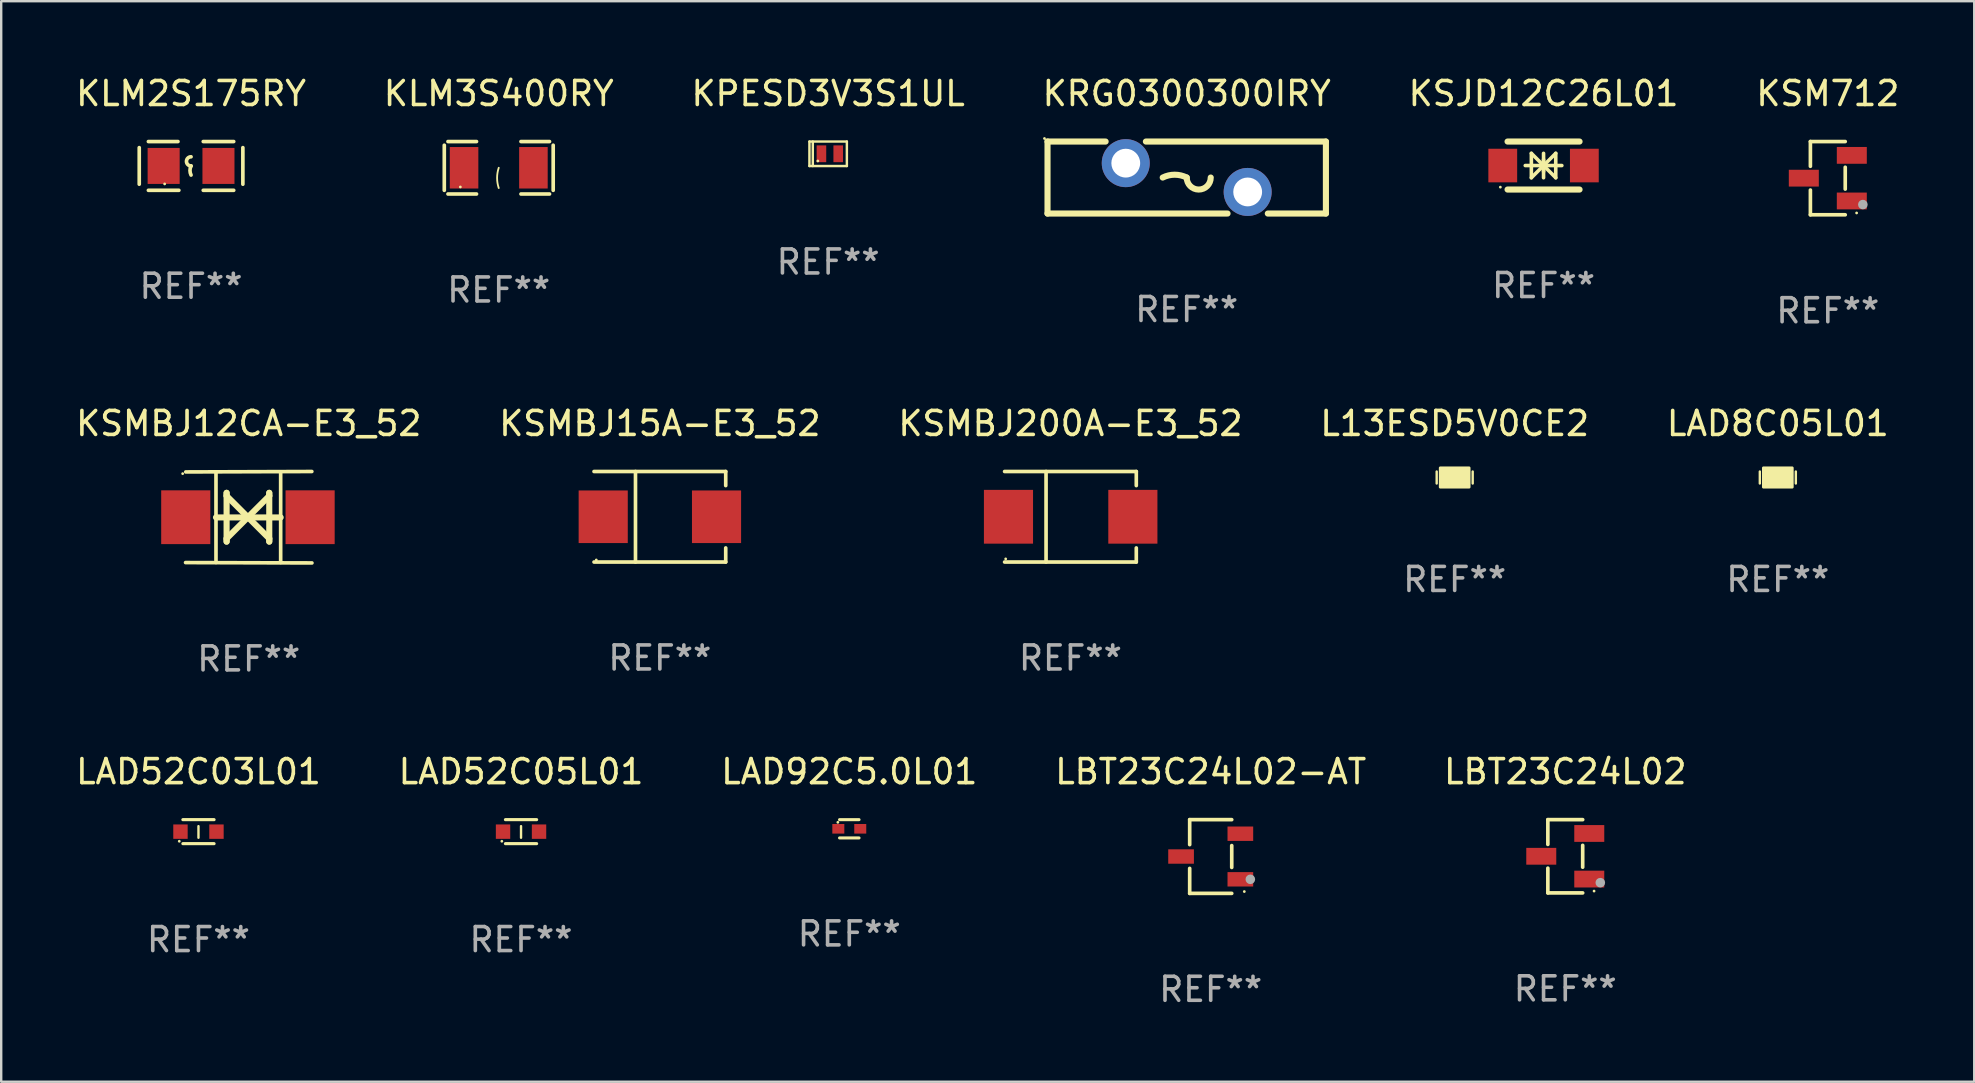
<source format=kicad_pcb>
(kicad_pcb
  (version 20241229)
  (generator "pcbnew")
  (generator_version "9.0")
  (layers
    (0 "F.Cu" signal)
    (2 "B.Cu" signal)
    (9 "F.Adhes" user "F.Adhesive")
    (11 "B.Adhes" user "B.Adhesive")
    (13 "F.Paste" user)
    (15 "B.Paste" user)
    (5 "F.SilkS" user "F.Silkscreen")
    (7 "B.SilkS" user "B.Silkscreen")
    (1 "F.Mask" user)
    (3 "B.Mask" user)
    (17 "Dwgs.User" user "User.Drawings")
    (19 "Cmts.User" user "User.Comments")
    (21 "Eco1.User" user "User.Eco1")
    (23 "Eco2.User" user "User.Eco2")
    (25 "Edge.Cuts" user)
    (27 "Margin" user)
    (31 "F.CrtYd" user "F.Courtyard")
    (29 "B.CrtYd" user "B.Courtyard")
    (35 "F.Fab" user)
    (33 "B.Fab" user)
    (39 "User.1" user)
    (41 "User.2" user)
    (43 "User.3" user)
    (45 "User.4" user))
  (footprint "L13ESD5V0CE2"
    (layer "F.Cu")
    (at 57.565 16.847)
    (property "Reference" "L13ESD5V0CE2" (at 0 -2.25 0) (layer "F.SilkS") (effects (font (size 1 1) (thickness 0.15))))
    (attr through_hole)
    (fp_line (start -0.75 0.25) (end -0.75 -0.25) (stroke (width 0.1) (type solid)) (layer "F.SilkS"))
    (fp_line (start 0.75 -0.25) (end 0.75 0.25) (stroke (width 0.1) (type solid)) (layer "F.SilkS"))
    (fp_circle (center -0.5 0.3) (end -0.47 0.3) (stroke (width 0.06) (type solid)) (fill no) (layer "F.SilkS"))
    (fp_poly (pts (xy -0.6 -0.4) (xy 0.6 -0.4) (xy 0.6 0.4) (xy -0.6 0.4)) (stroke (width 0.12) (type solid)) (fill yes) (layer "F.SilkS"))
    (fp_text user "REF**" (at 0 4.25 0) (layer "F.Fab") (effects (font (size 1 1) (thickness 0.15))))
    (pad "1" smd rect (at -0.325 -0.000013) (size 0.3 0.6) (layers "F.Cu" "F.Mask" "F.Paste"))
    (pad "2" smd rect (at 0.325 -0.000013) (size 0.3 0.6) (layers "F.Cu" "F.Mask" "F.Paste")))
  (footprint "KPESD3V3S1UL"
    (layer "F.Cu")
    (at 31.458 3.358)
    (property "Reference" "KPESD3V3S1UL" (at 0 -2.51 0) (layer "F.SilkS") (effects (font (size 1 1) (thickness 0.15))))
    (attr through_hole)
    (fp_line (start -0.78 -0.51) (end -0.78 0.51) (stroke (width 0.102) (type solid)) (layer "F.SilkS"))
    (fp_line (start -0.78 -0.51) (end 0.78 -0.51) (stroke (width 0.102) (type solid)) (layer "F.SilkS"))
    (fp_line (start -0.78 0.51) (end 0.78 0.51) (stroke (width 0.102) (type solid)) (layer "F.SilkS"))
    (fp_line (start -0.64 -0.51) (end -0.64 0.51) (stroke (width 0.102) (type solid)) (layer "F.SilkS"))
    (fp_line (start 0.78 -0.51) (end 0.78 0.51) (stroke (width 0.102) (type solid)) (layer "F.SilkS"))
    (fp_circle (center -0.43 0.3) (end -0.4 0.3) (stroke (width 0.06) (type solid)) (fill no) (layer "F.SilkS"))
    (fp_text user "REF**" (at 0 4.51 0) (layer "F.Fab") (effects (font (size 1 1) (thickness 0.15))))
    (pad "1" smd rect (at -0.28 0) (size 0.4 0.7) (layers "F.Cu" "F.Mask" "F.Paste"))
    (pad "2" smd rect (at 0.42 0) (size 0.4 0.7) (layers "F.Cu" "F.Mask" "F.Paste")))
  (footprint "KSMBJ12CA-E3_52"
    (layer "F.Cu")
    (at 7.315 18.502)
    (property "Reference" "KSMBJ12CA-E3_52" (at 0 -3.905 0) (layer "F.SilkS") (effects (font (size 1 1) (thickness 0.15))))
    (attr through_hole)
    (fp_line (start -1.365 1.886) (end -1.365 -1.886) (stroke (width 0.152) (type solid)) (layer "F.SilkS"))
    (fp_line (start -1.365 0.008) (end 1.33 0.008) (stroke (width 0.254) (type solid)) (layer "F.SilkS"))
    (fp_line (start -0.923 -1.016) (end -0.923 1.016) (stroke (width 0.254) (type solid)) (layer "F.SilkS"))
    (fp_line (start -0.923 -0.889) (end -0.923 -1.016) (stroke (width 0.254) (type solid)) (layer "F.SilkS"))
    (fp_line (start -0.923 0.889) (end -0.034 0) (stroke (width 0.254) (type solid)) (layer "F.SilkS"))
    (fp_line (start -0.923 1.016) (end -0.923 0.889) (stroke (width 0.254) (type solid)) (layer "F.SilkS"))
    (fp_line (start -0.034 0) (end -0.923 -0.889) (stroke (width 0.254) (type solid)) (layer "F.SilkS"))
    (fp_line (start -0.034 0) (end 0.855 0.889) (stroke (width 0.254) (type solid)) (layer "F.SilkS"))
    (fp_line (start 0.855 -1.016) (end 0.855 -0.889) (stroke (width 0.254) (type solid)) (layer "F.SilkS"))
    (fp_line (start 0.855 -0.889) (end -0.034 0) (stroke (width 0.254) (type solid)) (layer "F.SilkS"))
    (fp_line (start 0.855 0.889) (end 0.855 1.016) (stroke (width 0.254) (type solid)) (layer "F.SilkS"))
    (fp_line (start 0.855 1.016) (end 0.855 -1.016) (stroke (width 0.254) (type solid)) (layer "F.SilkS"))
    (fp_line (start 1.33 1.886) (end 1.33 -1.886) (stroke (width 0.152) (type solid)) (layer "F.SilkS"))
    (fp_line (start 2.629 -1.905) (end -2.625 -1.887) (stroke (width 0.152) (type solid)) (layer "F.SilkS"))
    (fp_line (start 2.633 1.905) (end -2.633 1.89) (stroke (width 0.152) (type solid)) (layer "F.SilkS"))
    (fp_circle (center -2.753 -1.816) (end -2.723 -1.816) (stroke (width 0.06) (type solid)) (fill no) (layer "F.SilkS"))
    (fp_text user "REF**" (at 0 5.905 0) (layer "F.Fab") (effects (font (size 1 1) (thickness 0.15))))
    (pad "1" smd rect (at -2.625 0) (size 2.047 2.241) (layers "F.Cu" "F.Mask" "F.Paste"))
    (pad "2" smd rect (at 2.557 0) (size 2.047 2.241) (layers "F.Cu" "F.Mask" "F.Paste")))
  (footprint "KRG0300300IRY"
    (layer "F.Cu")
    (at 46.399 4.348)
    (property "Reference" "KRG0300300IRY" (at 0 -3.5 0) (layer "F.SilkS") (effects (font (size 1 1) (thickness 0.15))))
    (attr through_hole)
    (fp_line (start -5.8 -1.5) (end -5.8 1.5) (stroke (width 0.254) (type solid)) (layer "F.SilkS"))
    (fp_line (start -5.8 -1.5) (end -3.379 -1.5) (stroke (width 0.254) (type solid)) (layer "F.SilkS"))
    (fp_line (start -1.701 -1.5) (end 5.8 -1.5) (stroke (width 0.254) (type solid)) (layer "F.SilkS"))
    (fp_line (start 1.701 1.5) (end -5.8 1.5) (stroke (width 0.254) (type solid)) (layer "F.SilkS"))
    (fp_line (start 5.8 -1.5) (end 5.8 1.5) (stroke (width 0.254) (type solid)) (layer "F.SilkS"))
    (fp_line (start 5.8 1.5) (end 3.379 1.5) (stroke (width 0.254) (type solid)) (layer "F.SilkS"))
    (fp_arc (start -1 0) (mid -0.5 -0.118021) (end 0 0) (stroke (width 0.254001) (type solid)) (layer "F.SilkS"))
    (fp_arc (start 1.000762 0) (mid 0.500381 0.500127) (end 0 0) (stroke (width 0.254001) (type solid)) (layer "F.SilkS"))
    (fp_circle (center -5.927 -1.627) (end -5.897 -1.627) (stroke (width 0.06) (type solid)) (fill no) (layer "F.SilkS"))
    (fp_text user "REF**" (at 0 5.5 0) (layer "F.Fab") (effects (font (size 1 1) (thickness 0.15))))
    (pad "1" thru_hole circle (at -2.54 -0.6) (size 2 2) (drill 1.2) (layers "*.Cu" "*.Mask"))
    (pad "2" thru_hole circle (at 2.54 0.6) (size 2 2) (drill 1.2) (layers "*.Cu" "*.Mask")))
  (footprint "KLM2S175RY"
    (layer "F.Cu")
    (at 4.911 3.864)
    (property "Reference" "KLM2S175RY" (at 0 -3.016 0) (layer "F.SilkS") (effects (font (size 1 1) (thickness 0.15))))
    (attr through_hole)
    (fp_line (start -2.159 -0.762) (end -2.159 0.762) (stroke (width 0.152) (type solid)) (layer "F.SilkS"))
    (fp_line (start -1.778 -1.016) (end -0.545 -1.016) (stroke (width 0.152) (type solid)) (layer "F.SilkS"))
    (fp_line (start -0.508 1.016) (end -1.778 1.016) (stroke (width 0.152) (type solid)) (layer "F.SilkS"))
    (fp_line (start 0.508 1.016) (end 1.778 1.016) (stroke (width 0.152) (type solid)) (layer "F.SilkS"))
    (fp_line (start 1.778 -1.016) (end 0.508 -1.016) (stroke (width 0.152) (type solid)) (layer "F.SilkS"))
    (fp_line (start 2.159 -0.762) (end 2.159 0.762) (stroke (width 0.152) (type solid)) (layer "F.SilkS"))
    (fp_arc (start 0 0) (mid -0.1905 -0.1905) (end 0 -0.381) (stroke (width 0.151994) (type solid)) (layer "F.SilkS"))
    (fp_arc (start 0 0.381001) (mid -0.044971 0.1905) (end 0 0) (stroke (width 0.151994) (type solid)) (layer "F.SilkS"))
    (fp_circle (center -1.1 0.75) (end -1.07 0.75) (stroke (width 0.06) (type solid)) (fill no) (layer "F.SilkS"))
    (fp_text user "REF**" (at 0 5.016 0) (layer "F.Fab") (effects (font (size 1 1) (thickness 0.15))))
    (pad "1" smd rect (at -1.142 0) (size 1.335 1.5) (layers "F.Cu" "F.Mask" "F.Paste"))
    (pad "2" smd rect (at 1.142 0) (size 1.335 1.5) (layers "F.Cu" "F.Mask" "F.Paste")))
  (footprint "LAD92C5.0L01"
    (layer "F.Cu")
    (at 32.339 31.485)
    (property "Reference" "LAD92C5.0L01" (at 0 -2.381 0) (layer "F.SilkS") (effects (font (size 1 1) (thickness 0.15))))
    (attr through_hole)
    (fp_line (start -0.406 -0.381) (end 0.406 -0.381) (stroke (width 0.127) (type solid)) (layer "F.SilkS"))
    (fp_line (start 0.406 0.381) (end -0.406 0.381) (stroke (width 0.127) (type solid)) (layer "F.SilkS"))
    (fp_circle (center -0.477 -0.27) (end -0.447 -0.27) (stroke (width 0.06) (type solid)) (fill no) (layer "F.SilkS"))
    (fp_text user "REF**" (at 0 4.381 0) (layer "F.Fab") (effects (font (size 1 1) (thickness 0.15))))
    (pad "1" smd rect (at -0.457 0 90) (size 0.4 0.5) (layers "F.Cu" "F.Mask" "F.Paste"))
    (pad "2" smd rect (at 0.457 0 90) (size 0.4 0.5) (layers "F.Cu" "F.Mask" "F.Paste")))
  (footprint "LAD52C05L01"
    (layer "F.Cu")
    (at 18.661 31.604)
    (property "Reference" "LAD52C05L01" (at 0 -2.5 0) (layer "F.SilkS") (effects (font (size 1 1) (thickness 0.15))))
    (attr through_hole)
    (fp_line (start -0.65 -0.5) (end 0.65 -0.5) (stroke (width 0.13) (type solid)) (layer "F.SilkS"))
    (fp_line (start -0.65 0.5) (end 0.65 0.5) (stroke (width 0.13) (type solid)) (layer "F.SilkS"))
    (fp_line (start 0 -0.229) (end 0 0.254) (stroke (width 0.1) (type solid)) (layer "F.SilkS"))
    (fp_circle (center -0.8 0.4) (end -0.77 0.4) (stroke (width 0.06) (type solid)) (fill no) (layer "F.SilkS"))
    (fp_text user "REF**" (at 0 4.5 0) (layer "F.Fab") (effects (font (size 1 1) (thickness 0.15))))
    (pad "1" smd rect (at -0.75 0) (size 0.6 0.6) (layers "F.Cu" "F.Mask" "F.Paste"))
    (pad "2" smd rect (at 0.75 0 180) (size 0.6 0.6) (layers "F.Cu" "F.Mask" "F.Paste")))
  (footprint "LAD52C03L01"
    (layer "F.Cu")
    (at 5.22 31.604)
    (property "Reference" "LAD52C03L01" (at 0 -2.5 0) (layer "F.SilkS") (effects (font (size 1 1) (thickness 0.15))))
    (attr through_hole)
    (fp_line (start -0.65 -0.5) (end 0.65 -0.5) (stroke (width 0.13) (type solid)) (layer "F.SilkS"))
    (fp_line (start -0.65 0.5) (end 0.65 0.5) (stroke (width 0.13) (type solid)) (layer "F.SilkS"))
    (fp_line (start 0 -0.229) (end 0 0.254) (stroke (width 0.1) (type solid)) (layer "F.SilkS"))
    (fp_circle (center -0.8 0.4) (end -0.77 0.4) (stroke (width 0.06) (type solid)) (fill no) (layer "F.SilkS"))
    (fp_text user "REF**" (at 0 4.5 0) (layer "F.Fab") (effects (font (size 1 1) (thickness 0.15))))
    (pad "1" smd rect (at -0.75 0) (size 0.6 0.6) (layers "F.Cu" "F.Mask" "F.Paste"))
    (pad "2" smd rect (at 0.75 0 180) (size 0.6 0.6) (layers "F.Cu" "F.Mask" "F.Paste")))
  (footprint "KSJD12C26L01"
    (layer "F.Cu")
    (at 61.268 3.848)
    (property "Reference" "KSJD12C26L01" (at 0 -3 0) (layer "F.SilkS") (effects (font (size 1 1) (thickness 0.15))))
    (attr through_hole)
    (fp_line (start -1.5 -1) (end 1.5 -1) (stroke (width 0.254) (type solid)) (layer "F.SilkS"))
    (fp_line (start -1.5 1) (end 1.5 1) (stroke (width 0.254) (type solid)) (layer "F.SilkS"))
    (fp_line (start -0.762 0) (end 0.762 0) (stroke (width 0.15) (type solid)) (layer "F.SilkS"))
    (fp_line (start -0.508 -0.508) (end -0.508 0.508) (stroke (width 0.15) (type solid)) (layer "F.SilkS"))
    (fp_line (start 0 -0.508) (end 0 0.508) (stroke (width 0.15) (type solid)) (layer "F.SilkS"))
    (fp_line (start 0 0) (end -0.508 -0.508) (stroke (width 0.15) (type solid)) (layer "F.SilkS"))
    (fp_line (start 0 0) (end -0.508 0.508) (stroke (width 0.15) (type solid)) (layer "F.SilkS"))
    (fp_line (start 0 0) (end 0.508 -0.508) (stroke (width 0.15) (type solid)) (layer "F.SilkS"))
    (fp_line (start 0 0) (end 0.508 0.508) (stroke (width 0.15) (type solid)) (layer "F.SilkS"))
    (fp_line (start 0 0.254) (end 0 -0.254) (stroke (width 0.15) (type solid)) (layer "F.SilkS"))
    (fp_line (start 0.508 0.508) (end 0.508 -0.508) (stroke (width 0.15) (type solid)) (layer "F.SilkS"))
    (fp_circle (center -1.8 0.9) (end -1.77 0.9) (stroke (width 0.06) (type solid)) (fill no) (layer "F.SilkS"))
    (fp_text user "REF**" (at 0 5 0) (layer "F.Fab") (effects (font (size 1 1) (thickness 0.15))))
    (pad "1" smd rect (at -1.7 0) (size 1.2 1.4) (layers "F.Cu" "F.Mask" "F.Paste"))
    (pad "2" smd rect (at 1.7 0) (size 1.2 1.4) (layers "F.Cu" "F.Mask" "F.Paste")))
  (footprint "KSM712"
    (layer "F.Cu")
    (at 73.113 4.374)
    (property "Reference" "KSM712" (at 0 -3.526 0) (layer "F.SilkS") (effects (font (size 1 1) (thickness 0.15))))
    (attr through_hole)
    (fp_line (start -0.726 -1.526) (end -0.726 -0.495) (stroke (width 0.152) (type solid)) (layer "F.SilkS"))
    (fp_line (start -0.726 1.526) (end -0.726 0.495) (stroke (width 0.152) (type solid)) (layer "F.SilkS"))
    (fp_line (start 0.726 -1.526) (end -0.726 -1.526) (stroke (width 0.152) (type solid)) (layer "F.SilkS"))
    (fp_line (start 0.726 -0.455) (end 0.726 0.455) (stroke (width 0.152) (type solid)) (layer "F.SilkS"))
    (fp_line (start 0.726 1.526) (end -0.726 1.526) (stroke (width 0.152) (type solid)) (layer "F.SilkS"))
    (fp_circle (center 1.2 1.45) (end 1.23 1.45) (stroke (width 0.06) (type solid)) (fill no) (layer "F.SilkS"))
    (fp_circle (center 1.46 1.1) (end 1.56 1.1) (stroke (width 0.2) (type solid)) (fill no) (layer "F.Fab"))
    (fp_text user "REF**" (at 0 5.526 0) (layer "F.Fab") (effects (font (size 1 1) (thickness 0.15))))
    (pad "1" smd rect (at 1 0.95) (size 1.25 0.7) (layers "F.Cu" "F.Mask" "F.Paste"))
    (pad "2" smd rect (at 1 -0.95) (size 1.25 0.7) (layers "F.Cu" "F.Mask" "F.Paste"))
    (pad "3" smd rect (at -1 0) (size 1.25 0.7) (layers "F.Cu" "F.Mask" "F.Paste")))
  (footprint "LAD8C05L01"
    (layer "F.Cu")
    (at 71.03 16.847)
    (property "Reference" "LAD8C05L01" (at 0 -2.25 0) (layer "F.SilkS") (effects (font (size 1 1) (thickness 0.15))))
    (attr through_hole)
    (fp_line (start -0.75 0.25) (end -0.75 -0.25) (stroke (width 0.1) (type solid)) (layer "F.SilkS"))
    (fp_line (start 0.75 -0.25) (end 0.75 0.25) (stroke (width 0.1) (type solid)) (layer "F.SilkS"))
    (fp_circle (center -0.5 0.3) (end -0.47 0.3) (stroke (width 0.06) (type solid)) (fill no) (layer "F.SilkS"))
    (fp_poly (pts (xy -0.6 -0.4) (xy 0.6 -0.4) (xy 0.6 0.4) (xy -0.6 0.4)) (stroke (width 0.12) (type solid)) (fill yes) (layer "F.SilkS"))
    (fp_text user "REF**" (at 0 4.25 0) (layer "F.Fab") (effects (font (size 1 1) (thickness 0.15))))
    (pad "1" smd rect (at -0.325 -0.000013) (size 0.3 0.6) (layers "F.Cu" "F.Mask" "F.Paste"))
    (pad "2" smd rect (at 0.325 -0.000013) (size 0.3 0.6) (layers "F.Cu" "F.Mask" "F.Paste")))
  (footprint "KSMBJ15A-E3_52"
    (layer "F.Cu")
    (at 24.446 18.483)
    (property "Reference" "KSMBJ15A-E3_52" (at 0 -3.886 0) (layer "F.SilkS") (effects (font (size 1 1) (thickness 0.15))))
    (attr through_hole)
    (fp_line (start -2.744 -1.886) (end 2.744 -1.886) (stroke (width 0.152) (type solid)) (layer "F.SilkS"))
    (fp_line (start -2.744 1.886) (end 2.744 1.886) (stroke (width 0.152) (type solid)) (layer "F.SilkS"))
    (fp_line (start -1.016 -1.886) (end -1.016 1.886) (stroke (width 0.152) (type solid)) (layer "F.SilkS"))
    (fp_line (start 2.744 -1.886) (end 2.744 -1.299) (stroke (width 0.152) (type solid)) (layer "F.SilkS"))
    (fp_line (start 2.744 1.886) (end 2.744 1.299) (stroke (width 0.152) (type solid)) (layer "F.SilkS"))
    (fp_circle (center -2.65 1.8) (end -2.62 1.8) (stroke (width 0.06) (type solid)) (fill no) (layer "F.SilkS"))
    (fp_text user "REF**" (at 0 5.886 0) (layer "F.Fab") (effects (font (size 1 1) (thickness 0.15))))
    (pad "1" smd rect (at -2.361 0) (size 2.047 2.192) (layers "F.Cu" "F.Mask" "F.Paste"))
    (pad "2" smd rect (at 2.361 0) (size 2.047 2.192) (layers "F.Cu" "F.Mask" "F.Paste")))
  (footprint "KLM3S400RY"
    (layer "F.Cu")
    (at 17.732 3.941)
    (property "Reference" "KLM3S400RY" (at 0 -3.093 0) (layer "F.SilkS") (effects (font (size 1 1) (thickness 0.15))))
    (attr through_hole)
    (fp_line (start -2.269 -0.94) (end -2.269 0.94) (stroke (width 0.152) (type solid)) (layer "F.SilkS"))
    (fp_line (start -2.116 1.093) (end -0.926 1.093) (stroke (width 0.152) (type solid)) (layer "F.SilkS"))
    (fp_line (start -0.926 -1.093) (end -2.116 -1.093) (stroke (width 0.152) (type solid)) (layer "F.SilkS"))
    (fp_line (start 0.926 -1.093) (end 2.116 -1.093) (stroke (width 0.152) (type solid)) (layer "F.SilkS"))
    (fp_line (start 2.116 1.093) (end 0.926 1.093) (stroke (width 0.152) (type solid)) (layer "F.SilkS"))
    (fp_line (start 2.269 -0.94) (end 2.269 0.94) (stroke (width 0.152) (type solid)) (layer "F.SilkS"))
    (fp_arc (start 0 0.844951) (mid -0.068559 0.422475) (end 0 0) (stroke (width 0.0762) (type solid)) (layer "F.SilkS"))
    (fp_circle (center -1.6 0.8) (end -1.57 0.8) (stroke (width 0.06) (type solid)) (fill no) (layer "F.SilkS"))
    (fp_text user "REF**" (at 0 5.093 0) (layer "F.Fab") (effects (font (size 1 1) (thickness 0.15))))
    (pad "1" smd rect (at -1.445 0) (size 1.19 1.728) (layers "F.Cu" "F.Mask" "F.Paste"))
    (pad "2" smd rect (at 1.445 0) (size 1.19 1.728) (layers "F.Cu" "F.Mask" "F.Paste")))
  (footprint "LBT23C24L02-AT"
    (layer "F.Cu")
    (at 47.399 32.64)
    (property "Reference" "LBT23C24L02-AT" (at 0 -3.536 0) (layer "F.SilkS") (effects (font (size 1 1) (thickness 0.15))))
    (attr through_hole)
    (fp_line (start -0.876 -1.536) (end -0.876 -0.495) (stroke (width 0.152) (type solid)) (layer "F.SilkS"))
    (fp_line (start -0.876 1.536) (end -0.876 0.495) (stroke (width 0.152) (type solid)) (layer "F.SilkS"))
    (fp_line (start 0.876 -1.536) (end -0.876 -1.536) (stroke (width 0.152) (type solid)) (layer "F.SilkS"))
    (fp_line (start 0.876 -0.455) (end 0.876 0.455) (stroke (width 0.152) (type solid)) (layer "F.SilkS"))
    (fp_line (start 0.876 1.536) (end -0.876 1.536) (stroke (width 0.152) (type solid)) (layer "F.SilkS"))
    (fp_circle (center 1.4 1.46) (end 1.43 1.46) (stroke (width 0.06) (type solid)) (fill no) (layer "F.SilkS"))
    (fp_circle (center 1.651 0.95) (end 1.751 0.95) (stroke (width 0.2) (type solid)) (fill no) (layer "F.Fab"))
    (fp_text user "REF**" (at 0 5.536 0) (layer "F.Fab") (effects (font (size 1 1) (thickness 0.15))))
    (pad "1" smd rect (at 1.235 0.95) (size 1.07 0.6) (layers "F.Cu" "F.Mask" "F.Paste"))
    (pad "2" smd rect (at 1.235 -0.95) (size 1.07 0.6) (layers "F.Cu" "F.Mask" "F.Paste"))
    (pad "3" smd rect (at -1.235 0) (size 1.07 0.6) (layers "F.Cu" "F.Mask" "F.Paste")))
  (footprint "KSMBJ200A-E3_52"
    (layer "F.Cu")
    (at 41.554 18.483)
    (property "Reference" "KSMBJ200A-E3_52" (at 0 -3.886 0) (layer "F.SilkS") (effects (font (size 1 1) (thickness 0.15))))
    (attr through_hole)
    (fp_line (start -2.744 -1.886) (end 2.744 -1.886) (stroke (width 0.152) (type solid)) (layer "F.SilkS"))
    (fp_line (start -2.744 1.886) (end 2.744 1.886) (stroke (width 0.152) (type solid)) (layer "F.SilkS"))
    (fp_line (start -1.016 -1.886) (end -1.016 1.886) (stroke (width 0.152) (type solid)) (layer "F.SilkS"))
    (fp_line (start 2.744 -1.886) (end 2.744 -1.299) (stroke (width 0.152) (type solid)) (layer "F.SilkS"))
    (fp_line (start 2.744 1.886) (end 2.744 1.299) (stroke (width 0.152) (type solid)) (layer "F.SilkS"))
    (fp_circle (center -2.698 1.755) (end -2.668 1.755) (stroke (width 0.06) (type solid)) (fill no) (layer "F.SilkS"))
    (fp_text user "REF**" (at 0 5.886 0) (layer "F.Fab") (effects (font (size 1 1) (thickness 0.15))))
    (pad "1" smd rect (at -2.582 0) (size 2.047 2.241) (layers "F.Cu" "F.Mask" "F.Paste"))
    (pad "2" smd rect (at 2.601 0) (size 2.047 2.241) (layers "F.Cu" "F.Mask" "F.Paste")))
  (footprint "LBT23C24L02"
    (layer "F.Cu")
    (at 62.173 32.63)
    (property "Reference" "LBT23C24L02" (at 0 -3.526 0) (layer "F.SilkS") (effects (font (size 1 1) (thickness 0.15))))
    (attr through_hole)
    (fp_line (start -0.726 -1.526) (end -0.726 -0.495) (stroke (width 0.152) (type solid)) (layer "F.SilkS"))
    (fp_line (start -0.726 1.526) (end -0.726 0.495) (stroke (width 0.152) (type solid)) (layer "F.SilkS"))
    (fp_line (start 0.726 -1.526) (end -0.726 -1.526) (stroke (width 0.152) (type solid)) (layer "F.SilkS"))
    (fp_line (start 0.726 -0.455) (end 0.726 0.455) (stroke (width 0.152) (type solid)) (layer "F.SilkS"))
    (fp_line (start 0.726 1.526) (end -0.726 1.526) (stroke (width 0.152) (type solid)) (layer "F.SilkS"))
    (fp_circle (center 1.2 1.45) (end 1.23 1.45) (stroke (width 0.06) (type solid)) (fill no) (layer "F.SilkS"))
    (fp_circle (center 1.46 1.1) (end 1.56 1.1) (stroke (width 0.2) (type solid)) (fill no) (layer "F.Fab"))
    (fp_text user "REF**" (at 0 5.526 0) (layer "F.Fab") (effects (font (size 1 1) (thickness 0.15))))
    (pad "1" smd rect (at 1 0.95) (size 1.25 0.7) (layers "F.Cu" "F.Mask" "F.Paste"))
    (pad "2" smd rect (at 1 -0.95) (size 1.25 0.7) (layers "F.Cu" "F.Mask" "F.Paste"))
    (pad "3" smd rect (at -1 0) (size 1.25 0.7) (layers "F.Cu" "F.Mask" "F.Paste")))
  (gr_rect
    (start -3 -3)
    (end 79.214 42.024)
    (stroke (width 0.1) (type default))
    (fill no)
    (layer "Edge.Cuts")))
</source>
